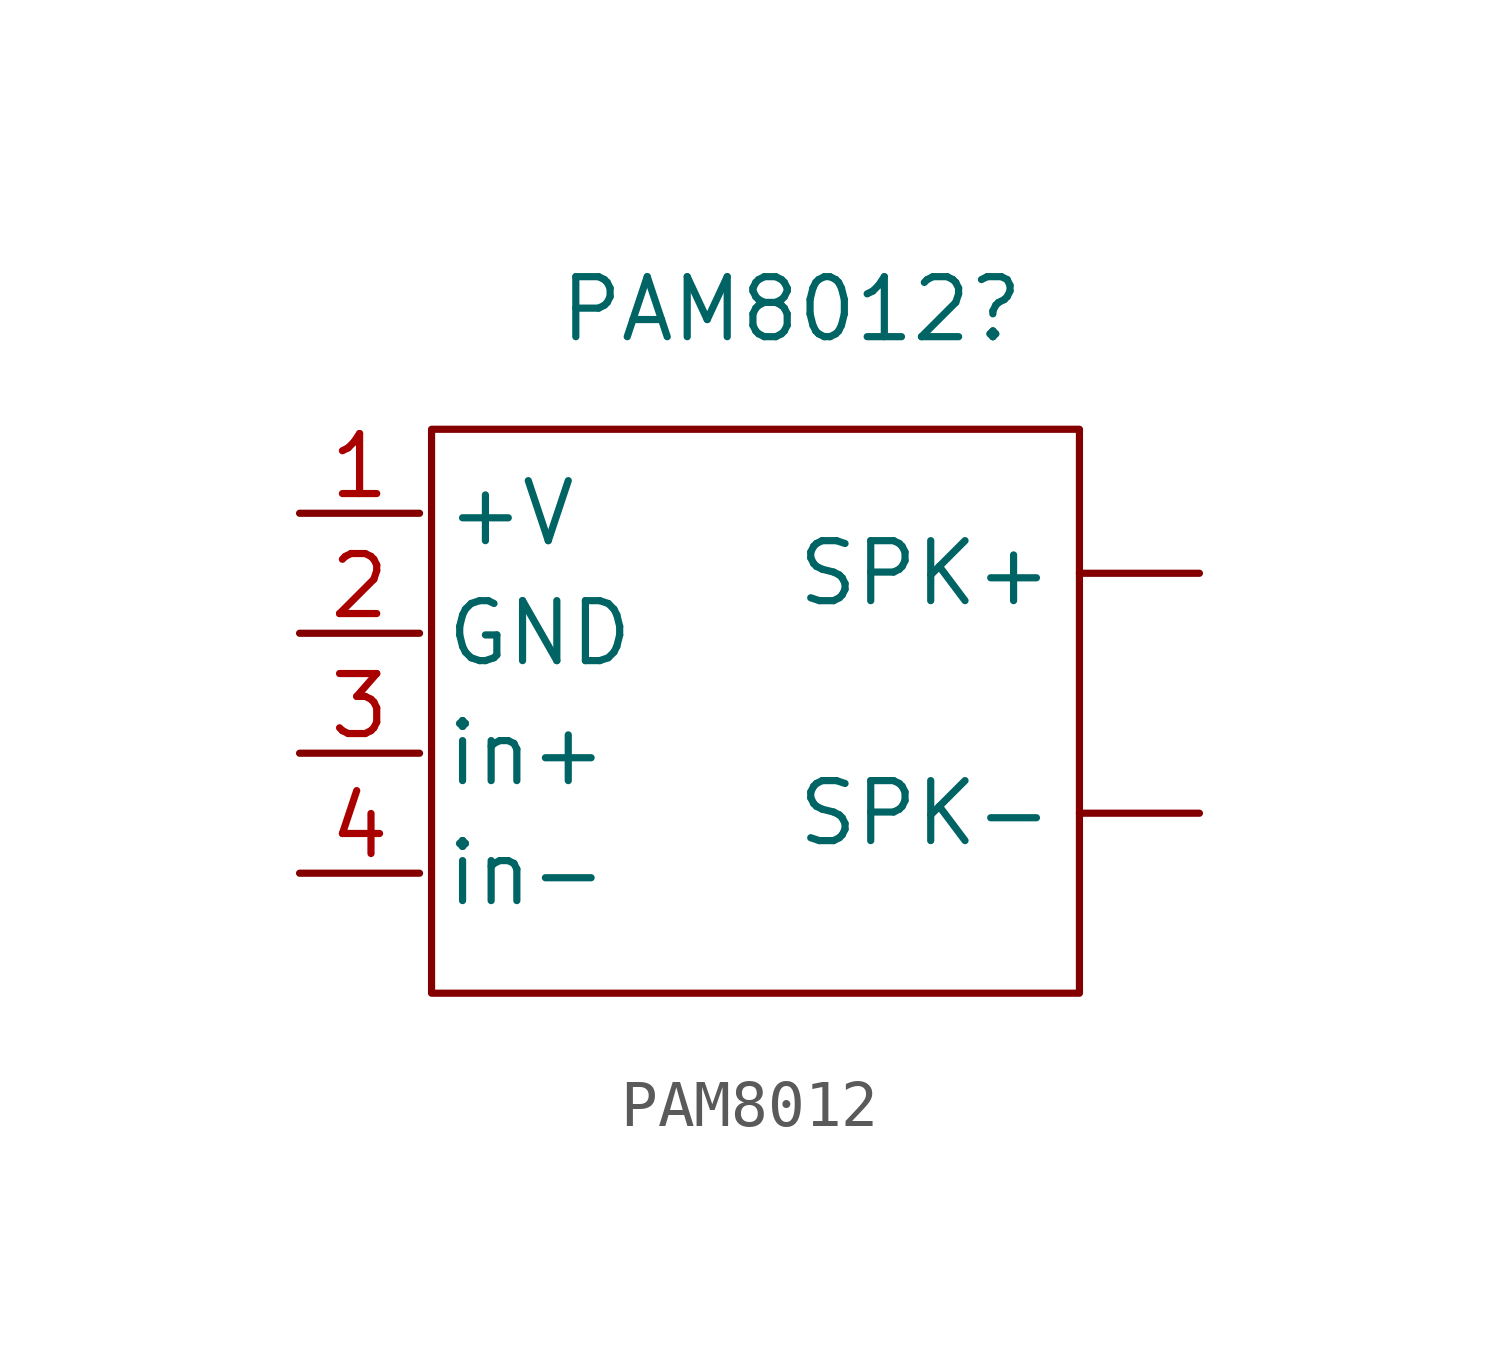
<source format=kicad_sym>
(kicad_symbol_lib
  (version 20231120)
  (generator "kicad_symbol_editor")
  (generator_version "8.0")
  (symbol "PAM8012"
    (property "Reference" "PAM8012"
      (at 0.254 6.858 0)
      (effects (font (size 1.27 1.27))))
    (property "Value" ""
      (at 1.27 -1.27 0)
      (effects (font (size 1.27 1.27))))
    (symbol "PAM8012_0_1"
      (rectangle (start -7.366 4.318) (end 6.35 -7.62) (stroke (width 0) (type default)) (fill (type none))))
    (symbol "PAM8012_1_0"
      (pin power_in line (at -10.16 0 0) (length 2.54) (name "GND" (effects (font (size 1.27 1.27)))) (number "2" (effects (font (size 1.27 1.27)))))
      (pin input line (at -10.16 -2.54 0) (length 2.54) (name "in+" (effects (font (size 1.27 1.27)))) (number "3" (effects (font (size 1.27 1.27)))))
      (pin input line (at -10.16 -5.08 0) (length 2.54) (name "in-" (effects (font (size 1.27 1.27)))) (number "4" (effects (font (size 1.27 1.27))))))
    (symbol "PAM8012_1_1"
      (pin power_out line (at 8.89 1.27 180) (length 2.54) (name "SPK+" (effects (font (size 1.27 1.27)))) (number "" (effects (font (size 1.27 1.27)))))
      (pin power_out line (at 8.89 -3.81 180) (length 2.54) (name "SPK-" (effects (font (size 1.27 1.27)))) (number "" (effects (font (size 1.27 1.27)))))
      (pin power_in line (at -10.16 2.54 0) (length 2.54) (name "+V" (effects (font (size 1.27 1.27)))) (number "1" (effects (font (size 1.27 1.27))))))))
</source>
